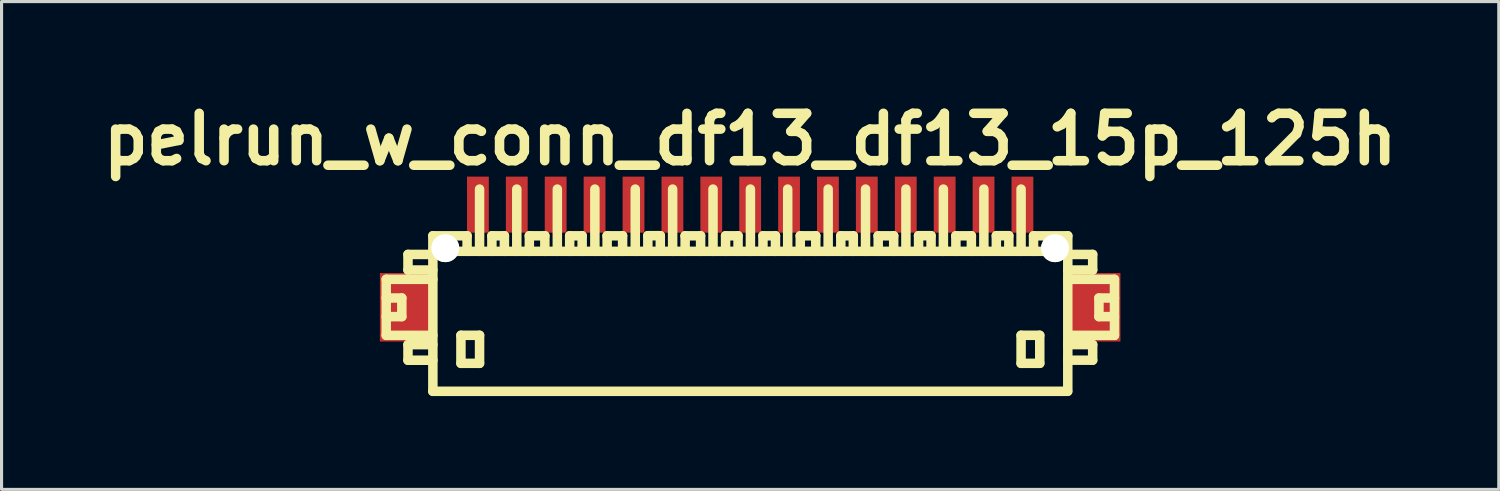
<source format=kicad_pcb>
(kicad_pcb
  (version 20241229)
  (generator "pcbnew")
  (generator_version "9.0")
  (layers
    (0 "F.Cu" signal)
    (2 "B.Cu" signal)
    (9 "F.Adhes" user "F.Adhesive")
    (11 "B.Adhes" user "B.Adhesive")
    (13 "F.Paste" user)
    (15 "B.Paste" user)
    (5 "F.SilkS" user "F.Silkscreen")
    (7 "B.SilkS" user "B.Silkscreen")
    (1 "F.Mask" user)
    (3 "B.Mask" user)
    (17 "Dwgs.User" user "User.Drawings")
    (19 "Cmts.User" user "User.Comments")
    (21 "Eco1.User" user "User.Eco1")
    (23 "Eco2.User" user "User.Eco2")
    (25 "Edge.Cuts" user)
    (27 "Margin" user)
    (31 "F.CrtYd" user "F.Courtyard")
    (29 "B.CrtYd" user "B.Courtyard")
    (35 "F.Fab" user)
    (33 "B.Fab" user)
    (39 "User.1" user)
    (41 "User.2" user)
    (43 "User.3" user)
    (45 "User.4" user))
  (footprint "pelrun_w_conn_df13_df13_15p_125h"
    (layer "F.Cu")
    (at 21.06 7.027)
    (property "Reference" "pelrun_w_conn_df13_df13_15p_125h" (at 0 -5.601 0) (layer "F.SilkS") (effects (font (size 1.524 1.524) (thickness 0.305))))
    (attr through_hole)
    (fp_line (start -11.697 -1.1) (end -11.697 0.701) (stroke (width 0.305) (type solid)) (layer "F.SilkS"))
    (fp_line (start -11.697 0.701) (end -10.198 0.701) (stroke (width 0.305) (type solid)) (layer "F.SilkS"))
    (fp_line (start -11.196 -0.5) (end -11.697 -0.5) (stroke (width 0.305) (type solid)) (layer "F.SilkS"))
    (fp_line (start -11.196 0.099) (end -11.697 0.099) (stroke (width 0.305) (type solid)) (layer "F.SilkS"))
    (fp_line (start -11.196 0.099) (end -11.196 -0.5) (stroke (width 0.305) (type solid)) (layer "F.SilkS"))
    (fp_line (start -10.998 -1.9) (end -10.998 -1.4) (stroke (width 0.305) (type solid)) (layer "F.SilkS"))
    (fp_line (start -10.998 -1.9) (end -10.198 -1.9) (stroke (width 0.305) (type solid)) (layer "F.SilkS"))
    (fp_line (start -10.998 1.001) (end -10.998 1.501) (stroke (width 0.305) (type solid)) (layer "F.SilkS"))
    (fp_line (start -10.998 1.501) (end -10.198 1.501) (stroke (width 0.305) (type solid)) (layer "F.SilkS"))
    (fp_line (start -10.201 -1.999) (end 10.201 -1.999) (stroke (width 0.305) (type solid)) (layer "F.SilkS"))
    (fp_line (start -10.198 -1.4) (end -10.998 -1.4) (stroke (width 0.305) (type solid)) (layer "F.SilkS"))
    (fp_line (start -10.198 -1.1) (end -11.697 -1.1) (stroke (width 0.305) (type solid)) (layer "F.SilkS"))
    (fp_line (start -10.198 1.001) (end -10.998 1.001) (stroke (width 0.305) (type solid)) (layer "F.SilkS"))
    (fp_line (start -10.198 2.499) (end -10.198 -2.499) (stroke (width 0.305) (type solid)) (layer "F.SilkS"))
    (fp_line (start -9.296 0.699) (end -9.296 1.6) (stroke (width 0.305) (type solid)) (layer "F.SilkS"))
    (fp_line (start -9.296 1.6) (end -8.697 1.6) (stroke (width 0.305) (type solid)) (layer "F.SilkS"))
    (fp_line (start -9.098 -2.499) (end -10.198 -2.499) (stroke (width 0.305) (type solid)) (layer "F.SilkS"))
    (fp_line (start -9.098 -2.499) (end -9.098 -1.999) (stroke (width 0.305) (type solid)) (layer "F.SilkS"))
    (fp_line (start -8.697 -4) (end -8.697 -1.999) (stroke (width 0.305) (type solid)) (layer "F.SilkS"))
    (fp_line (start -8.697 0.699) (end -9.296 0.699) (stroke (width 0.305) (type solid)) (layer "F.SilkS"))
    (fp_line (start -8.697 1.6) (end -8.697 0.699) (stroke (width 0.305) (type solid)) (layer "F.SilkS"))
    (fp_line (start -8.301 -2.499) (end -8.301 -1.999) (stroke (width 0.305) (type solid)) (layer "F.SilkS"))
    (fp_line (start -7.899 -2.499) (end -8.301 -2.499) (stroke (width 0.305) (type solid)) (layer "F.SilkS"))
    (fp_line (start -7.899 -2.499) (end -7.899 -1.999) (stroke (width 0.305) (type solid)) (layer "F.SilkS"))
    (fp_line (start -7.501 -1.999) (end -7.501 -4) (stroke (width 0.305) (type solid)) (layer "F.SilkS"))
    (fp_line (start -7.099 -2.499) (end -6.599 -2.499) (stroke (width 0.305) (type solid)) (layer "F.SilkS"))
    (fp_line (start -7.097 -1.999) (end -7.097 -2.499) (stroke (width 0.305) (type solid)) (layer "F.SilkS"))
    (fp_line (start -6.599 -2.499) (end -6.599 -1.999) (stroke (width 0.305) (type solid)) (layer "F.SilkS"))
    (fp_line (start -6.198 -1.999) (end -6.198 -4) (stroke (width 0.305) (type solid)) (layer "F.SilkS"))
    (fp_line (start -5.801 -2.499) (end -5.801 -1.999) (stroke (width 0.305) (type solid)) (layer "F.SilkS"))
    (fp_line (start -5.4 -2.499) (end -5.801 -2.499) (stroke (width 0.305) (type solid)) (layer "F.SilkS"))
    (fp_line (start -5.4 -2.499) (end -5.4 -1.999) (stroke (width 0.305) (type solid)) (layer "F.SilkS"))
    (fp_line (start -4.991 -1.999) (end -4.991 -4) (stroke (width 0.305) (type solid)) (layer "F.SilkS"))
    (fp_line (start -4.6 -2.499) (end -4.1 -2.499) (stroke (width 0.305) (type solid)) (layer "F.SilkS"))
    (fp_line (start -4.597 -1.999) (end -4.597 -2.499) (stroke (width 0.305) (type solid)) (layer "F.SilkS"))
    (fp_line (start -4.1 -2.499) (end -4.1 -1.999) (stroke (width 0.305) (type solid)) (layer "F.SilkS"))
    (fp_line (start -3.693 -1.999) (end -3.693 -4) (stroke (width 0.305) (type solid)) (layer "F.SilkS"))
    (fp_line (start -3.289 -2.502) (end -3.289 -2.002) (stroke (width 0.305) (type solid)) (layer "F.SilkS"))
    (fp_line (start -2.888 -2.502) (end -3.289 -2.502) (stroke (width 0.305) (type solid)) (layer "F.SilkS"))
    (fp_line (start -2.888 -2.502) (end -2.888 -2.002) (stroke (width 0.305) (type solid)) (layer "F.SilkS"))
    (fp_line (start -2.492 -1.999) (end -2.492 -4) (stroke (width 0.305) (type solid)) (layer "F.SilkS"))
    (fp_line (start -2.093 -2.499) (end -1.593 -2.499) (stroke (width 0.305) (type solid)) (layer "F.SilkS"))
    (fp_line (start -2.09 -1.999) (end -2.09 -2.499) (stroke (width 0.305) (type solid)) (layer "F.SilkS"))
    (fp_line (start -1.593 -2.499) (end -1.593 -1.999) (stroke (width 0.305) (type solid)) (layer "F.SilkS"))
    (fp_line (start -1.194 -1.999) (end -1.194 -4) (stroke (width 0.305) (type solid)) (layer "F.SilkS"))
    (fp_line (start -0.79 -2.499) (end -0.79 -1.999) (stroke (width 0.305) (type solid)) (layer "F.SilkS"))
    (fp_line (start -0.389 -2.499) (end -0.79 -2.499) (stroke (width 0.305) (type solid)) (layer "F.SilkS"))
    (fp_line (start -0.389 -2.499) (end -0.389 -1.999) (stroke (width 0.305) (type solid)) (layer "F.SilkS"))
    (fp_line (start 0.008 -1.999) (end 0.008 -4) (stroke (width 0.305) (type solid)) (layer "F.SilkS"))
    (fp_line (start 0.411 -2.499) (end 0.411 -1.999) (stroke (width 0.305) (type solid)) (layer "F.SilkS"))
    (fp_line (start 0.813 -2.499) (end 0.411 -2.499) (stroke (width 0.305) (type solid)) (layer "F.SilkS"))
    (fp_line (start 0.813 -2.499) (end 0.813 -1.999) (stroke (width 0.305) (type solid)) (layer "F.SilkS"))
    (fp_line (start 1.206 -1.999) (end 1.206 -4) (stroke (width 0.305) (type solid)) (layer "F.SilkS"))
    (fp_line (start 1.608 -2.499) (end 2.108 -2.499) (stroke (width 0.305) (type solid)) (layer "F.SilkS"))
    (fp_line (start 1.61 -1.999) (end 1.61 -2.499) (stroke (width 0.305) (type solid)) (layer "F.SilkS"))
    (fp_line (start 2.108 -2.499) (end 2.108 -1.999) (stroke (width 0.305) (type solid)) (layer "F.SilkS"))
    (fp_line (start 2.507 -1.999) (end 2.507 -4) (stroke (width 0.305) (type solid)) (layer "F.SilkS"))
    (fp_line (start 2.913 -2.499) (end 2.913 -1.999) (stroke (width 0.305) (type solid)) (layer "F.SilkS"))
    (fp_line (start 3.315 -2.499) (end 2.913 -2.499) (stroke (width 0.305) (type solid)) (layer "F.SilkS"))
    (fp_line (start 3.315 -2.499) (end 3.315 -1.999) (stroke (width 0.305) (type solid)) (layer "F.SilkS"))
    (fp_line (start 3.708 -1.999) (end 3.708 -4) (stroke (width 0.305) (type solid)) (layer "F.SilkS"))
    (fp_line (start 4.112 -2.499) (end 4.613 -2.499) (stroke (width 0.305) (type solid)) (layer "F.SilkS"))
    (fp_line (start 4.115 -1.999) (end 4.115 -2.499) (stroke (width 0.305) (type solid)) (layer "F.SilkS"))
    (fp_line (start 4.613 -2.499) (end 4.613 -1.999) (stroke (width 0.305) (type solid)) (layer "F.SilkS"))
    (fp_line (start 5.006 -1.999) (end 5.006 -4) (stroke (width 0.305) (type solid)) (layer "F.SilkS"))
    (fp_line (start 5.413 -2.502) (end 5.413 -2.002) (stroke (width 0.305) (type solid)) (layer "F.SilkS"))
    (fp_line (start 5.812 -2.502) (end 5.41 -2.502) (stroke (width 0.305) (type solid)) (layer "F.SilkS"))
    (fp_line (start 5.814 -2.502) (end 5.814 -2.002) (stroke (width 0.305) (type solid)) (layer "F.SilkS"))
    (fp_line (start 6.21 -1.999) (end 6.21 -4) (stroke (width 0.305) (type solid)) (layer "F.SilkS"))
    (fp_line (start 6.609 -2.499) (end 7.109 -2.499) (stroke (width 0.305) (type solid)) (layer "F.SilkS"))
    (fp_line (start 6.612 -1.999) (end 6.612 -2.499) (stroke (width 0.305) (type solid)) (layer "F.SilkS"))
    (fp_line (start 7.109 -2.499) (end 7.109 -1.999) (stroke (width 0.305) (type solid)) (layer "F.SilkS"))
    (fp_line (start 7.511 -1.999) (end 7.511 -4) (stroke (width 0.305) (type solid)) (layer "F.SilkS"))
    (fp_line (start 7.912 -2.502) (end 7.912 -2.002) (stroke (width 0.305) (type solid)) (layer "F.SilkS"))
    (fp_line (start 8.311 -2.502) (end 7.91 -2.502) (stroke (width 0.305) (type solid)) (layer "F.SilkS"))
    (fp_line (start 8.313 -2.502) (end 8.313 -2.002) (stroke (width 0.305) (type solid)) (layer "F.SilkS"))
    (fp_line (start 8.707 -1.999) (end 8.707 -4) (stroke (width 0.305) (type solid)) (layer "F.SilkS"))
    (fp_line (start 8.707 0.699) (end 9.307 0.699) (stroke (width 0.305) (type solid)) (layer "F.SilkS"))
    (fp_line (start 8.707 1.6) (end 8.707 0.699) (stroke (width 0.305) (type solid)) (layer "F.SilkS"))
    (fp_line (start 9.108 -2.499) (end 9.108 -1.999) (stroke (width 0.305) (type solid)) (layer "F.SilkS"))
    (fp_line (start 9.307 0.699) (end 9.307 1.6) (stroke (width 0.305) (type solid)) (layer "F.SilkS"))
    (fp_line (start 9.307 1.6) (end 8.707 1.6) (stroke (width 0.305) (type solid)) (layer "F.SilkS"))
    (fp_line (start 10.201 2.499) (end -10.201 2.499) (stroke (width 0.305) (type solid)) (layer "F.SilkS"))
    (fp_line (start 10.208 -2.499) (end 9.108 -2.499) (stroke (width 0.305) (type solid)) (layer "F.SilkS"))
    (fp_line (start 10.208 -2.499) (end 10.208 2.499) (stroke (width 0.305) (type solid)) (layer "F.SilkS"))
    (fp_line (start 10.208 -1.9) (end 11.008 -1.9) (stroke (width 0.305) (type solid)) (layer "F.SilkS"))
    (fp_line (start 10.208 0.998) (end 11.008 0.998) (stroke (width 0.305) (type solid)) (layer "F.SilkS"))
    (fp_line (start 11.008 -1.9) (end 11.008 -1.4) (stroke (width 0.305) (type solid)) (layer "F.SilkS"))
    (fp_line (start 11.008 -1.4) (end 10.208 -1.4) (stroke (width 0.305) (type solid)) (layer "F.SilkS"))
    (fp_line (start 11.008 0.998) (end 11.008 1.499) (stroke (width 0.305) (type solid)) (layer "F.SilkS"))
    (fp_line (start 11.008 1.499) (end 10.208 1.499) (stroke (width 0.305) (type solid)) (layer "F.SilkS"))
    (fp_line (start 11.209 0.099) (end 11.209 -0.5) (stroke (width 0.305) (type solid)) (layer "F.SilkS"))
    (fp_line (start 11.707 -1.1) (end 10.208 -1.1) (stroke (width 0.305) (type solid)) (layer "F.SilkS"))
    (fp_line (start 11.707 0.701) (end 10.307 0.701) (stroke (width 0.305) (type solid)) (layer "F.SilkS"))
    (fp_line (start 11.709 -1.1) (end 11.709 0.701) (stroke (width 0.305) (type solid)) (layer "F.SilkS"))
    (fp_line (start 11.709 -0.5) (end 11.209 -0.5) (stroke (width 0.305) (type solid)) (layer "F.SilkS"))
    (fp_line (start 11.709 0.099) (end 11.209 0.099) (stroke (width 0.305) (type solid)) (layer "F.SilkS"))
    (pad "" smd rect (at -11.1 -0.201) (size 1.6 2.2) (layers "F.Cu" "F.Mask" "F.Paste"))
    (pad "" np_thru_hole circle (at -9.799 -2.101) (size 0.899 0.899) (drill 0.899) (layers "*.Cu" "*.Mask" "F.SilkS"))
    (pad "" np_thru_hole circle (at 9.799 -2.101) (size 0.899 0.899) (drill 0.899) (layers "*.Cu" "*.Mask" "F.SilkS"))
    (pad "" smd rect (at 11.1 -0.201) (size 1.6 2.2) (layers "F.Cu" "F.Mask" "F.Paste"))
    (pad "1" smd rect (at 8.75 -3.5) (size 0.701 1.801) (layers "F.Cu" "F.Mask" "F.Paste"))
    (pad "2" smd rect (at 7.501 -3.5) (size 0.701 1.801) (layers "F.Cu" "F.Mask" "F.Paste"))
    (pad "3" smd rect (at 6.251 -3.5) (size 0.701 1.801) (layers "F.Cu" "F.Mask" "F.Paste"))
    (pad "4" smd rect (at 5.001 -3.5) (size 0.701 1.801) (layers "F.Cu" "F.Mask" "F.Paste"))
    (pad "5" smd rect (at 3.749 -3.5) (size 0.701 1.801) (layers "F.Cu" "F.Mask" "F.Paste"))
    (pad "6" smd rect (at 2.499 -3.5) (size 0.701 1.801) (layers "F.Cu" "F.Mask" "F.Paste"))
    (pad "7" smd rect (at 1.25 -3.5) (size 0.701 1.801) (layers "F.Cu" "F.Mask" "F.Paste"))
    (pad "8" smd rect (at 0 -3.5) (size 0.701 1.801) (layers "F.Cu" "F.Mask" "F.Paste"))
    (pad "9" smd rect (at -1.25 -3.5) (size 0.701 1.801) (layers "F.Cu" "F.Mask" "F.Paste"))
    (pad "10" smd rect (at -2.499 -3.5) (size 0.701 1.801) (layers "F.Cu" "F.Mask" "F.Paste"))
    (pad "11" smd rect (at -3.749 -3.5) (size 0.701 1.801) (layers "F.Cu" "F.Mask" "F.Paste"))
    (pad "12" smd rect (at -5.001 -3.5) (size 0.701 1.801) (layers "F.Cu" "F.Mask" "F.Paste"))
    (pad "13" smd rect (at -6.251 -3.5) (size 0.701 1.801) (layers "F.Cu" "F.Mask" "F.Paste"))
    (pad "14" smd rect (at -7.501 -3.5) (size 0.701 1.801) (layers "F.Cu" "F.Mask" "F.Paste"))
    (pad "15" smd rect (at -8.75 -3.5) (size 0.701 1.801) (layers "F.Cu" "F.Mask" "F.Paste")))
  (gr_rect
    (start -3 -3)
    (end 45.12 12.679)
    (stroke (width 0.1) (type default))
    (fill no)
    (layer "Edge.Cuts")))
</source>
